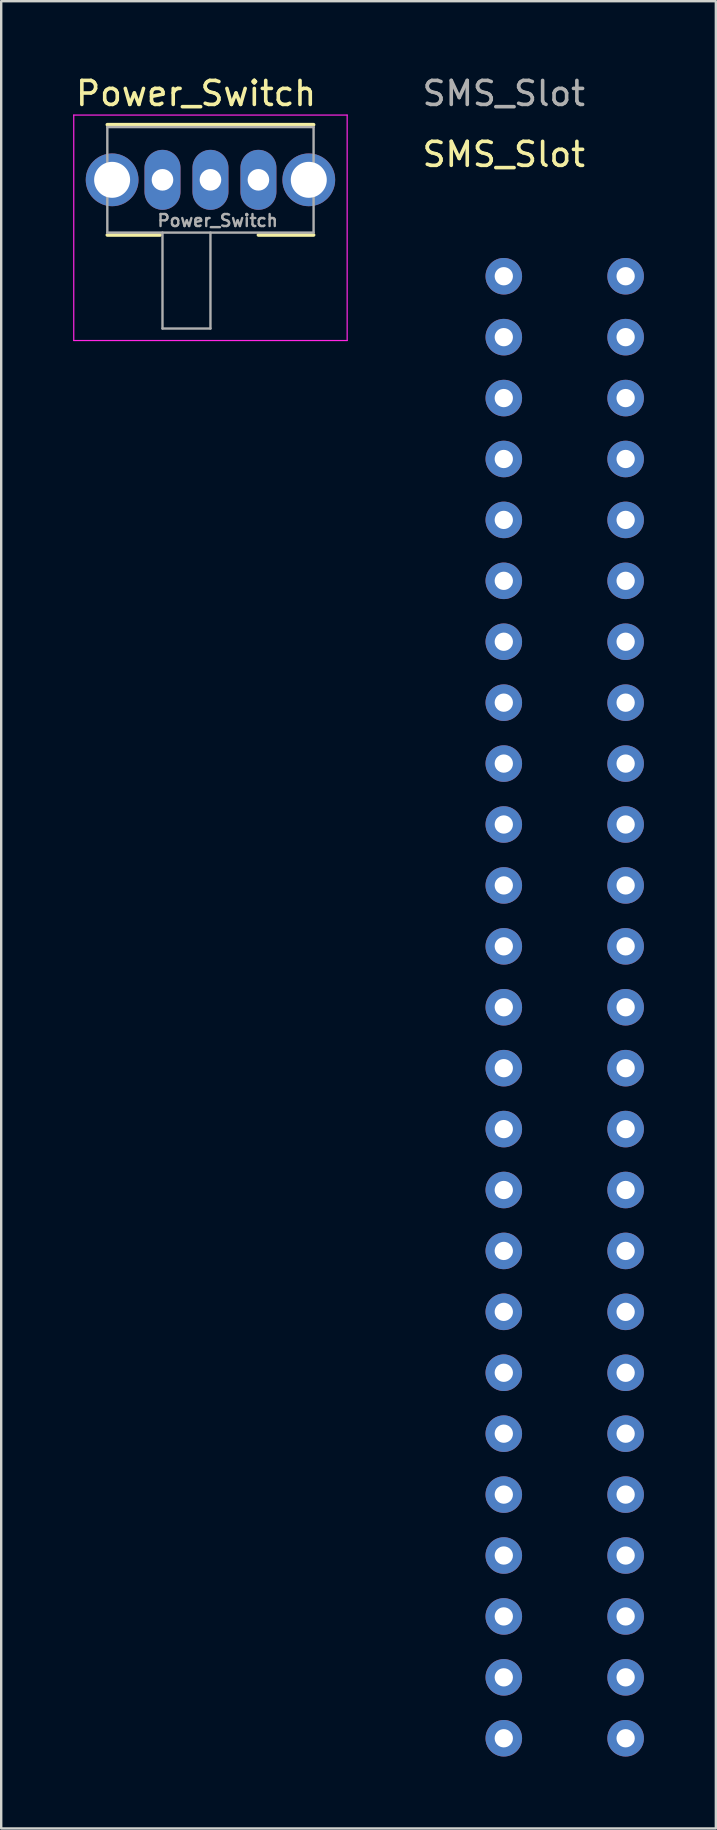
<source format=kicad_pcb>
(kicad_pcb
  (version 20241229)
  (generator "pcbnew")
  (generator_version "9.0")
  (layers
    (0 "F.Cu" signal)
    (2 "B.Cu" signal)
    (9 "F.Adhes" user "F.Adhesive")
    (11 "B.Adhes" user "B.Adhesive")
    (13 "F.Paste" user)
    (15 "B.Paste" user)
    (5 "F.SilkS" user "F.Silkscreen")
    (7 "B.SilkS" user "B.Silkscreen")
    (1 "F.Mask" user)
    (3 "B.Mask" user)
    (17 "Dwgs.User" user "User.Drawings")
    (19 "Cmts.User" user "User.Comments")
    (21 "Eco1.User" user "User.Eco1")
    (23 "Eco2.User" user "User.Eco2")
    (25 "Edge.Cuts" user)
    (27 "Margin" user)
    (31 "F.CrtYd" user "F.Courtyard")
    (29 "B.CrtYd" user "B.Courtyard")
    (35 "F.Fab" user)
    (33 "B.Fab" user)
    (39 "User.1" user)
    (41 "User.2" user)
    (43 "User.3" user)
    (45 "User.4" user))
  (footprint "SMS_Slot"
    (layer "F.Cu")
    (at 23.036 38.948)
    (property "Reference" "SMS_Slot" (at -5.08 -35.56 0) (unlocked yes) (layer "F.SilkS") (effects (font (size 1 1) (thickness 0.15))))
    (attr through_hole)
    (fp_text user "${REFERENCE}" (at -5.08 -38.1 0) (unlocked yes) (layer "F.Fab") (effects (font (size 1 1) (thickness 0.15))))
    (pad "1" thru_hole circle (at 0 30.48) (size 1.524 1.524) (drill 0.762) (layers "*.Cu" "*.Mask"))
    (pad "2" thru_hole circle (at -5.08 30.48) (size 1.524 1.524) (drill 0.762) (layers "*.Cu" "*.Mask"))
    (pad "3" thru_hole circle (at 0 27.94) (size 1.524 1.524) (drill 0.762) (layers "*.Cu" "*.Mask"))
    (pad "4" thru_hole circle (at -5.08 27.94) (size 1.524 1.524) (drill 0.762) (layers "*.Cu" "*.Mask"))
    (pad "5" thru_hole circle (at 0 25.4) (size 1.524 1.524) (drill 0.762) (layers "*.Cu" "*.Mask"))
    (pad "6" thru_hole circle (at -5.08 25.4) (size 1.524 1.524) (drill 0.762) (layers "*.Cu" "*.Mask"))
    (pad "7" thru_hole circle (at 0 22.86) (size 1.524 1.524) (drill 0.762) (layers "*.Cu" "*.Mask"))
    (pad "8" thru_hole circle (at -5.08 22.86) (size 1.524 1.524) (drill 0.762) (layers "*.Cu" "*.Mask"))
    (pad "9" thru_hole circle (at 0 20.32) (size 1.524 1.524) (drill 0.762) (layers "*.Cu" "*.Mask"))
    (pad "10" thru_hole circle (at -5.08 20.32) (size 1.524 1.524) (drill 0.762) (layers "*.Cu" "*.Mask"))
    (pad "11" thru_hole circle (at 0 17.78) (size 1.524 1.524) (drill 0.762) (layers "*.Cu" "*.Mask"))
    (pad "12" thru_hole circle (at -5.08 17.78) (size 1.524 1.524) (drill 0.762) (layers "*.Cu" "*.Mask"))
    (pad "13" thru_hole circle (at 0 15.24) (size 1.524 1.524) (drill 0.762) (layers "*.Cu" "*.Mask"))
    (pad "14" thru_hole circle (at -5.08 15.24) (size 1.524 1.524) (drill 0.762) (layers "*.Cu" "*.Mask"))
    (pad "15" thru_hole circle (at 0 12.7) (size 1.524 1.524) (drill 0.762) (layers "*.Cu" "*.Mask"))
    (pad "16" thru_hole circle (at -5.08 12.7) (size 1.524 1.524) (drill 0.762) (layers "*.Cu" "*.Mask"))
    (pad "17" thru_hole circle (at 0 10.16) (size 1.524 1.524) (drill 0.762) (layers "*.Cu" "*.Mask"))
    (pad "18" thru_hole circle (at -5.08 10.16) (size 1.524 1.524) (drill 0.762) (layers "*.Cu" "*.Mask"))
    (pad "19" thru_hole circle (at 0 7.62) (size 1.524 1.524) (drill 0.762) (layers "*.Cu" "*.Mask"))
    (pad "20" thru_hole circle (at -5.08 7.62) (size 1.524 1.524) (drill 0.762) (layers "*.Cu" "*.Mask"))
    (pad "21" thru_hole circle (at 0 5.08) (size 1.524 1.524) (drill 0.762) (layers "*.Cu" "*.Mask"))
    (pad "22" thru_hole circle (at -5.08 5.08) (size 1.524 1.524) (drill 0.762) (layers "*.Cu" "*.Mask"))
    (pad "23" thru_hole circle (at 0 2.54) (size 1.524 1.524) (drill 0.762) (layers "*.Cu" "*.Mask"))
    (pad "24" thru_hole circle (at -5.08 2.54) (size 1.524 1.524) (drill 0.762) (layers "*.Cu" "*.Mask"))
    (pad "25" thru_hole circle (at 0 0) (size 1.524 1.524) (drill 0.762) (layers "*.Cu" "*.Mask"))
    (pad "26" thru_hole circle (at -5.08 0) (size 1.524 1.524) (drill 0.762) (layers "*.Cu" "*.Mask"))
    (pad "27" thru_hole circle (at 0 -2.54) (size 1.524 1.524) (drill 0.762) (layers "*.Cu" "*.Mask"))
    (pad "28" thru_hole circle (at -5.08 -2.54) (size 1.524 1.524) (drill 0.762) (layers "*.Cu" "*.Mask"))
    (pad "29" thru_hole circle (at 0 -5.08) (size 1.524 1.524) (drill 0.762) (layers "*.Cu" "*.Mask"))
    (pad "30" thru_hole circle (at -5.08 -5.08) (size 1.524 1.524) (drill 0.762) (layers "*.Cu" "*.Mask"))
    (pad "31" thru_hole circle (at 0 -7.62) (size 1.524 1.524) (drill 0.762) (layers "*.Cu" "*.Mask"))
    (pad "32" thru_hole circle (at -5.08 -7.62) (size 1.524 1.524) (drill 0.762) (layers "*.Cu" "*.Mask"))
    (pad "33" thru_hole circle (at 0 -10.16) (size 1.524 1.524) (drill 0.762) (layers "*.Cu" "*.Mask"))
    (pad "34" thru_hole circle (at -5.08 -10.16) (size 1.524 1.524) (drill 0.762) (layers "*.Cu" "*.Mask"))
    (pad "35" thru_hole circle (at 0 -12.7) (size 1.524 1.524) (drill 0.762) (layers "*.Cu" "*.Mask"))
    (pad "36" thru_hole circle (at -5.08 -12.7) (size 1.524 1.524) (drill 0.762) (layers "*.Cu" "*.Mask"))
    (pad "37" thru_hole circle (at 0 -15.24) (size 1.524 1.524) (drill 0.762) (layers "*.Cu" "*.Mask"))
    (pad "38" thru_hole circle (at -5.08 -15.24) (size 1.524 1.524) (drill 0.762) (layers "*.Cu" "*.Mask"))
    (pad "39" thru_hole circle (at 0 -17.78) (size 1.524 1.524) (drill 0.762) (layers "*.Cu" "*.Mask"))
    (pad "40" thru_hole circle (at -5.08 -17.78) (size 1.524 1.524) (drill 0.762) (layers "*.Cu" "*.Mask"))
    (pad "41" thru_hole circle (at 0 -20.32) (size 1.524 1.524) (drill 0.762) (layers "*.Cu" "*.Mask"))
    (pad "42" thru_hole circle (at -5.08 -20.32) (size 1.524 1.524) (drill 0.762) (layers "*.Cu" "*.Mask"))
    (pad "43" thru_hole circle (at 0 -22.86) (size 1.524 1.524) (drill 0.762) (layers "*.Cu" "*.Mask"))
    (pad "44" thru_hole circle (at -5.08 -22.86) (size 1.524 1.524) (drill 0.762) (layers "*.Cu" "*.Mask"))
    (pad "45" thru_hole circle (at 0 -25.4) (size 1.524 1.524) (drill 0.762) (layers "*.Cu" "*.Mask"))
    (pad "46" thru_hole circle (at -5.08 -25.4) (size 1.524 1.524) (drill 0.762) (layers "*.Cu" "*.Mask"))
    (pad "47" thru_hole circle (at 0 -27.94) (size 1.524 1.524) (drill 0.762) (layers "*.Cu" "*.Mask"))
    (pad "48" thru_hole circle (at -5.08 -27.94) (size 1.524 1.524) (drill 0.762) (layers "*.Cu" "*.Mask"))
    (pad "49" thru_hole circle (at 0 -30.48) (size 1.524 1.524) (drill 0.762) (layers "*.Cu" "*.Mask"))
    (pad "50" thru_hole circle (at -5.08 -30.48) (size 1.524 1.524) (drill 0.762) (layers "*.Cu" "*.Mask")))
  (footprint "Power_Switch"
    (layer "F.Cu")
    (at 3.725 4.448)
    (property "Reference" "Power_Switch" (at 1.4 -3.6 0) (layer "F.SilkS") (effects (font (size 1 1) (thickness 0.15))))
    (attr through_hole)
    (fp_line (start -2.3 -2.3) (end 6.3 -2.3) (stroke (width 0.15) (type solid)) (layer "F.SilkS"))
    (fp_line (start -2.3 2.3) (end -0.1 2.3) (stroke (width 0.15) (type solid)) (layer "F.SilkS"))
    (fp_line (start 4 2.3) (end 6.3 2.3) (stroke (width 0.15) (type solid)) (layer "F.SilkS"))
    (fp_line (start -3.7 -2.7) (end 7.7 -2.7) (stroke (width 0.05) (type solid)) (layer "F.CrtYd"))
    (fp_line (start -3.7 6.7) (end -3.7 -2.7) (stroke (width 0.05) (type solid)) (layer "F.CrtYd"))
    (fp_line (start 7.7 -2.7) (end 7.7 6.7) (stroke (width 0.05) (type solid)) (layer "F.CrtYd"))
    (fp_line (start 7.7 6.7) (end -3.7 6.7) (stroke (width 0.05) (type solid)) (layer "F.CrtYd"))
    (fp_line (start -2.3 -2.2) (end -2.3 2.2) (stroke (width 0.1) (type solid)) (layer "F.Fab"))
    (fp_line (start -2.3 -2.2) (end 6.3 -2.2) (stroke (width 0.1) (type solid)) (layer "F.Fab"))
    (fp_line (start -2.3 2.2) (end 6.3 2.2) (stroke (width 0.1) (type solid)) (layer "F.Fab"))
    (fp_line (start 0 6.2) (end 0 2.2) (stroke (width 0.1) (type solid)) (layer "F.Fab"))
    (fp_line (start 2 2.2) (end 2 6.2) (stroke (width 0.1) (type solid)) (layer "F.Fab"))
    (fp_line (start 2 6.2) (end 0 6.2) (stroke (width 0.1) (type solid)) (layer "F.Fab"))
    (fp_line (start 6.3 2.2) (end 6.3 -2.2) (stroke (width 0.1) (type solid)) (layer "F.Fab"))
    (fp_text user "${REFERENCE}" (at 2.3 1.7 0) (layer "F.Fab") (effects (font (size 0.5 0.5) (thickness 0.1))))
    (pad "" thru_hole circle (at -2.1 0) (size 2.2 2.2) (drill 1.5) (layers "*.Cu" "*.Mask"))
    (pad "" thru_hole circle (at 6.1 0) (size 2.2 2.2) (drill 1.5) (layers "*.Cu" "*.Mask"))
    (pad "1" thru_hole oval (at 0 0) (size 1.5 2.5) (drill 0.9) (layers "*.Cu" "*.Mask"))
    (pad "2" thru_hole oval (at 2 0) (size 1.5 2.5) (drill 0.9) (layers "*.Cu" "*.Mask"))
    (pad "3" thru_hole oval (at 4 0) (size 1.5 2.5) (drill 0.9) (layers "*.Cu" "*.Mask")))
  (gr_rect
    (start -3 -3)
    (end 26.798 73.19)
    (stroke (width 0.1) (type default))
    (fill no)
    (layer "Edge.Cuts")))
</source>
